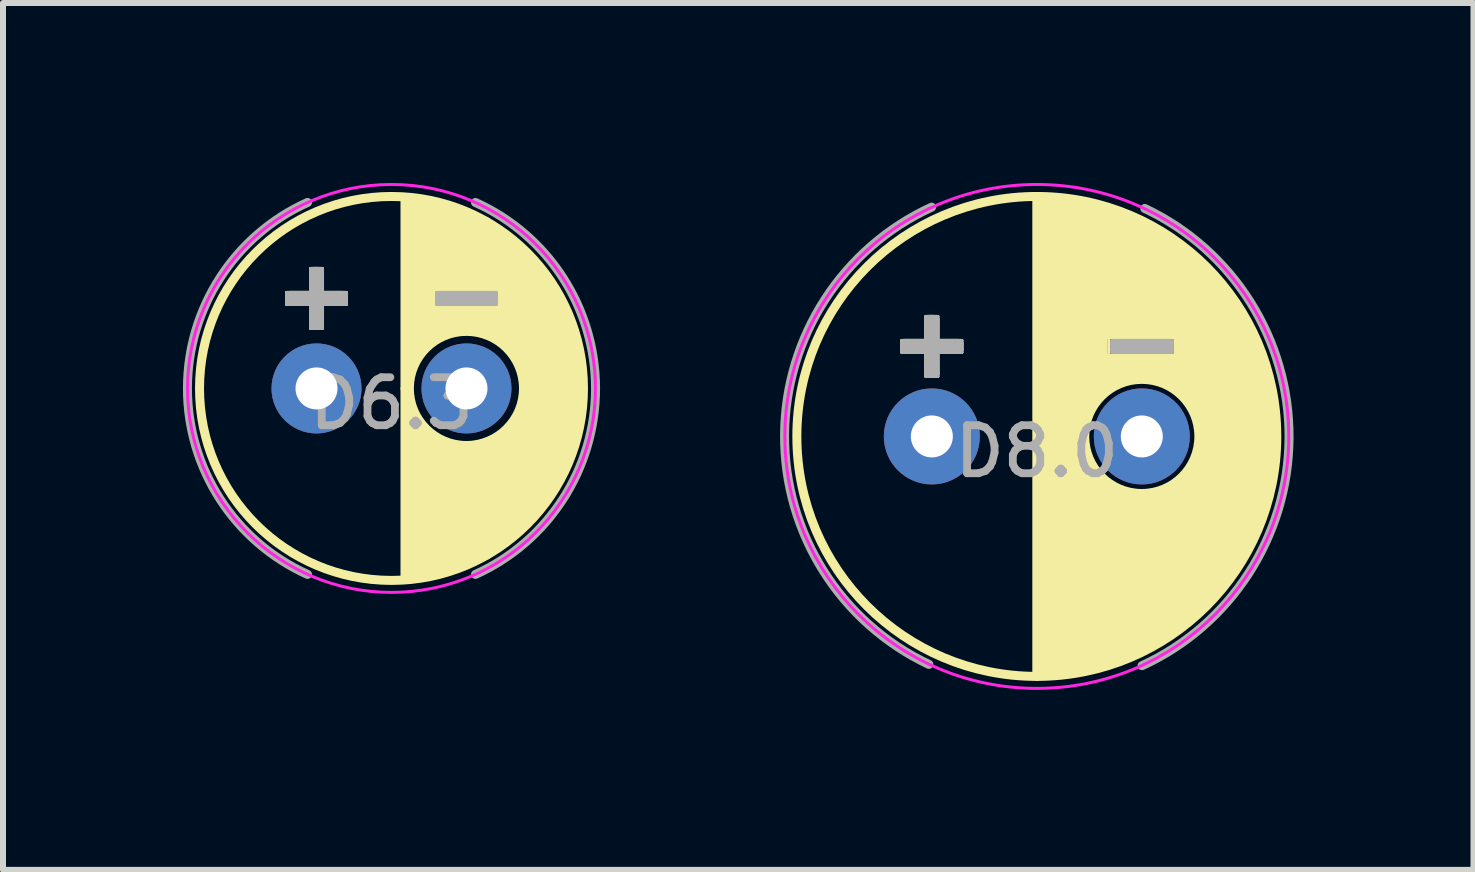
<source format=kicad_pcb>
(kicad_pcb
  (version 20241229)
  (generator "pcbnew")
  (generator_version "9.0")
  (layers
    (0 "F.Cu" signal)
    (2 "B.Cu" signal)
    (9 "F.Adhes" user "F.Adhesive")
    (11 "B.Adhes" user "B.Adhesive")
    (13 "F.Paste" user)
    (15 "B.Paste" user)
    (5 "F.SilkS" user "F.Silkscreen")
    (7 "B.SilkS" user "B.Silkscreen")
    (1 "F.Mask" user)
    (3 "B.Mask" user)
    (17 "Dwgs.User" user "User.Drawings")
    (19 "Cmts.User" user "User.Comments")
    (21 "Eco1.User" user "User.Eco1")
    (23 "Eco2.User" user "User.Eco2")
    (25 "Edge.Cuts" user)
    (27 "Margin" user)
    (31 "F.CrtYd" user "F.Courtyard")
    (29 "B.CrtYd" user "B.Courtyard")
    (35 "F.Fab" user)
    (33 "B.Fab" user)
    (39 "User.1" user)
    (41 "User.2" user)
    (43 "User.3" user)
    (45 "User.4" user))
  (footprint "D8.0"
    (layer "F.Cu")
    (at 14.233 4.225)
    (property "Reference" "D8.0" (at 0 0.25 0) (layer "F.Fab") (effects (font (size 0.8 0.8) (thickness 0.13))))
    (attr through_hole)
    (fp_line (start -2.25 -1.6) (end -2.25 -1.4) (stroke (width 0.05) (type solid)) (layer "F.SilkS"))
    (fp_line (start -2.25 -1.6) (end -1.85 -1.6) (stroke (width 0.05) (type solid)) (layer "F.SilkS"))
    (fp_line (start -2.2 -1.55) (end -2.2 -1.45) (stroke (width 0.15) (type solid)) (layer "F.SilkS"))
    (fp_line (start -2.2 -1.45) (end -1.3 -1.45) (stroke (width 0.15) (type solid)) (layer "F.SilkS"))
    (fp_line (start -1.85 -2) (end -1.65 -2) (stroke (width 0.05) (type solid)) (layer "F.SilkS"))
    (fp_line (start -1.85 -1.6) (end -1.85 -2) (stroke (width 0.05) (type solid)) (layer "F.SilkS"))
    (fp_line (start -1.85 -1.4) (end -2.25 -1.4) (stroke (width 0.05) (type solid)) (layer "F.SilkS"))
    (fp_line (start -1.85 -1) (end -1.85 -1.4) (stroke (width 0.05) (type solid)) (layer "F.SilkS"))
    (fp_line (start -1.8 -1.95) (end -1.7 -1.95) (stroke (width 0.15) (type solid)) (layer "F.SilkS"))
    (fp_line (start -1.8 -1.05) (end -1.8 -1.95) (stroke (width 0.15) (type solid)) (layer "F.SilkS"))
    (fp_line (start -1.7 -1.95) (end -1.7 -1.05) (stroke (width 0.15) (type solid)) (layer "F.SilkS"))
    (fp_line (start -1.7 -1.05) (end -1.8 -1.05) (stroke (width 0.15) (type solid)) (layer "F.SilkS"))
    (fp_line (start -1.65 -2) (end -1.65 -1.6) (stroke (width 0.05) (type solid)) (layer "F.SilkS"))
    (fp_line (start -1.65 -1.6) (end -1.25 -1.6) (stroke (width 0.05) (type solid)) (layer "F.SilkS"))
    (fp_line (start -1.65 -1.4) (end -1.65 -1) (stroke (width 0.05) (type solid)) (layer "F.SilkS"))
    (fp_line (start -1.65 -1) (end -1.85 -1) (stroke (width 0.05) (type solid)) (layer "F.SilkS"))
    (fp_line (start -1.3 -1.55) (end -2.2 -1.55) (stroke (width 0.15) (type solid)) (layer "F.SilkS"))
    (fp_line (start -1.3 -1.45) (end -1.3 -1.55) (stroke (width 0.15) (type solid)) (layer "F.SilkS"))
    (fp_line (start -1.25 -1.6) (end -1.25 -1.4) (stroke (width 0.05) (type solid)) (layer "F.SilkS"))
    (fp_line (start -1.25 -1.4) (end -1.65 -1.4) (stroke (width 0.05) (type solid)) (layer "F.SilkS"))
    (fp_line (start 0 -4) (end 0 4) (stroke (width 0.15) (type solid)) (layer "F.SilkS"))
    (fp_line (start 0.1 -3.9) (end 0.1 3.9) (stroke (width 0.15) (type solid)) (layer "F.SilkS"))
    (fp_line (start 0.3 -3.5) (end 0.3 3.6) (stroke (width 0.5) (type solid)) (layer "F.SilkS"))
    (fp_line (start 0.5 -0.5) (end 1.2 -1.15) (stroke (width 0.4) (type solid)) (layer "F.SilkS"))
    (fp_line (start 0.5 0.55) (end 1.05 1.25) (stroke (width 0.4) (type solid)) (layer "F.SilkS"))
    (fp_line (start 0.5 0.9) (end 0.95 1.85) (stroke (width 1) (type solid)) (layer "F.SilkS"))
    (fp_line (start 0.55 -1.9) (end 2.3 -1.9) (stroke (width 0.4) (type solid)) (layer "F.SilkS"))
    (fp_line (start 0.55 2.55) (end 2.15 1.55) (stroke (width 1) (type solid)) (layer "F.SilkS"))
    (fp_line (start 0.6 -3.1) (end 0.65 -1.05) (stroke (width 1) (type solid)) (layer "F.SilkS"))
    (fp_line (start 0.95 -2.65) (end 1.9 -2.25) (stroke (width 1) (type solid)) (layer "F.SilkS"))
    (fp_line (start 1.05 1.25) (end 1.8 1.35) (stroke (width 0.4) (type solid)) (layer "F.SilkS"))
    (fp_line (start 1.1 -1.7) (end 2.4 -1.7) (stroke (width 0.15) (type solid)) (layer "F.SilkS"))
    (fp_line (start 1.1 -1.3) (end 1.1 -1.7) (stroke (width 0.16) (type solid)) (layer "F.SilkS"))
    (fp_line (start 1.2 -1.65) (end 1.2 -1.35) (stroke (width 0.05) (type solid)) (layer "F.SilkS"))
    (fp_line (start 1.8 1.35) (end 2.55 1.1) (stroke (width 0.4) (type solid)) (layer "F.SilkS"))
    (fp_line (start 2 -1.15) (end 2.45 -1.15) (stroke (width 0.4) (type solid)) (layer "F.SilkS"))
    (fp_line (start 2.3 -1.65) (end 1.2 -1.65) (stroke (width 0.05) (type solid)) (layer "F.SilkS"))
    (fp_line (start 2.3 -1.35) (end 1.2 -1.35) (stroke (width 0.05) (type solid)) (layer "F.SilkS"))
    (fp_line (start 2.3 -1.35) (end 2.3 -1.65) (stroke (width 0.05) (type solid)) (layer "F.SilkS"))
    (fp_line (start 2.4 -1.7) (end 2.4 -1.3) (stroke (width 0.16) (type solid)) (layer "F.SilkS"))
    (fp_line (start 2.4 -1.3) (end 1.1 -1.3) (stroke (width 0.15) (type solid)) (layer "F.SilkS"))
    (fp_line (start 2.5 -1.6) (end 2.85 -0.6) (stroke (width 0.4) (type solid)) (layer "F.SilkS"))
    (fp_arc (start 0.1 -3.9) (mid 3.901151 0.03192) (end 0.036169 3.901114) (stroke (width 0.2) (type solid)) (layer "F.SilkS"))
    (fp_arc (start 0.3 -3.6) (mid 3.612448 -0.014902) (end 0.329691 3.597402) (stroke (width 0.5) (type solid)) (layer "F.SilkS"))
    (fp_arc (start 0.7 -3.15) (mid 3.22684 0.001622) (end 0.696832 3.150702) (stroke (width 0.5) (type solid)) (layer "F.SilkS"))
    (fp_arc (start 2.8 0.65) (mid 2.02028 2.232412) (end 0.35 2.8) (stroke (width 0.4) (type solid)) (layer "F.SilkS"))
    (fp_circle (center 0 0) (end 4 0) (stroke (width 0.15) (type solid)) (fill no) (layer "F.SilkS"))
    (fp_circle (center 1.75 0) (end 2.7 -0.05) (stroke (width 0.15) (type solid)) (fill no) (layer "F.SilkS"))
    (fp_circle (center 1.75 0) (end 2.901 0) (stroke (width 0.3) (type solid)) (fill no) (layer "F.SilkS"))
    (fp_circle (center 0 0) (end 4.2 0) (stroke (width 0.05) (type solid)) (fill no) (layer "F.CrtYd"))
    (fp_line (start -2.25 -1.6) (end -2.25 -1.4) (stroke (width 0.05) (type solid)) (layer "F.Fab"))
    (fp_line (start -2.25 -1.6) (end -1.85 -1.6) (stroke (width 0.05) (type solid)) (layer "F.Fab"))
    (fp_line (start -2.2 -1.55) (end -2.2 -1.45) (stroke (width 0.15) (type solid)) (layer "F.Fab"))
    (fp_line (start -2.2 -1.45) (end -1.3 -1.45) (stroke (width 0.15) (type solid)) (layer "F.Fab"))
    (fp_line (start -1.85 -2) (end -1.65 -2) (stroke (width 0.05) (type solid)) (layer "F.Fab"))
    (fp_line (start -1.85 -1.6) (end -1.85 -2) (stroke (width 0.05) (type solid)) (layer "F.Fab"))
    (fp_line (start -1.85 -1.4) (end -2.25 -1.4) (stroke (width 0.05) (type solid)) (layer "F.Fab"))
    (fp_line (start -1.85 -1) (end -1.85 -1.4) (stroke (width 0.05) (type solid)) (layer "F.Fab"))
    (fp_line (start -1.8 -1.95) (end -1.7 -1.95) (stroke (width 0.15) (type solid)) (layer "F.Fab"))
    (fp_line (start -1.8 -1.05) (end -1.8 -1.95) (stroke (width 0.15) (type solid)) (layer "F.Fab"))
    (fp_line (start -1.7 -1.95) (end -1.7 -1.05) (stroke (width 0.15) (type solid)) (layer "F.Fab"))
    (fp_line (start -1.7 -1.05) (end -1.8 -1.05) (stroke (width 0.15) (type solid)) (layer "F.Fab"))
    (fp_line (start -1.65 -2) (end -1.65 -1.6) (stroke (width 0.05) (type solid)) (layer "F.Fab"))
    (fp_line (start -1.65 -1.6) (end -1.25 -1.6) (stroke (width 0.05) (type solid)) (layer "F.Fab"))
    (fp_line (start -1.65 -1.4) (end -1.65 -1) (stroke (width 0.05) (type solid)) (layer "F.Fab"))
    (fp_line (start -1.65 -1) (end -1.85 -1) (stroke (width 0.05) (type solid)) (layer "F.Fab"))
    (fp_line (start -1.3 -1.55) (end -2.2 -1.55) (stroke (width 0.15) (type solid)) (layer "F.Fab"))
    (fp_line (start -1.3 -1.45) (end -1.3 -1.55) (stroke (width 0.15) (type solid)) (layer "F.Fab"))
    (fp_line (start -1.25 -1.6) (end -1.25 -1.4) (stroke (width 0.05) (type solid)) (layer "F.Fab"))
    (fp_line (start -1.25 -1.4) (end -1.65 -1.4) (stroke (width 0.05) (type solid)) (layer "F.Fab"))
    (fp_line (start 1.25 -1.6) (end 1.25 -1.4) (stroke (width 0.05) (type solid)) (layer "F.Fab"))
    (fp_line (start 1.25 -1.6) (end 2.25 -1.6) (stroke (width 0.05) (type solid)) (layer "F.Fab"))
    (fp_line (start 1.3 -1.55) (end 2.2 -1.55) (stroke (width 0.15) (type solid)) (layer "F.Fab"))
    (fp_line (start 1.3 -1.45) (end 1.3 -1.55) (stroke (width 0.15) (type solid)) (layer "F.Fab"))
    (fp_line (start 2.2 -1.55) (end 2.2 -1.45) (stroke (width 0.15) (type solid)) (layer "F.Fab"))
    (fp_line (start 2.2 -1.45) (end 1.3 -1.45) (stroke (width 0.15) (type solid)) (layer "F.Fab"))
    (fp_line (start 2.25 -1.6) (end 2.25 -1.4) (stroke (width 0.05) (type solid)) (layer "F.Fab"))
    (fp_line (start 2.25 -1.4) (end 1.25 -1.4) (stroke (width 0.05) (type solid)) (layer "F.Fab"))
    (fp_arc (start -1.8 3.8) (mid -4.204682 -0.025405) (end -1.753951 -3.821473) (stroke (width 0.15) (type solid)) (layer "F.Fab"))
    (fp_arc (start 1.8 -3.8) (mid 4.204682 0.025405) (end 1.753951 3.821473) (stroke (width 0.15) (type solid)) (layer "F.Fab"))
    (pad "1" thru_hole circle (at -1.75 0) (size 1.6 1.6) (drill 0.7) (layers "*.Cu" "*.Mask"))
    (pad "2" thru_hole circle (at 1.75 0) (size 1.6 1.6) (drill 0.7) (layers "*.Cu" "*.Mask")))
  (footprint "D6.3"
    (layer "F.Cu")
    (at 3.476 3.425)
    (property "Reference" "D6.3" (at 0 0.25 0) (layer "F.Fab") (effects (font (size 0.8 0.8) (thickness 0.13))))
    (attr through_hole)
    (fp_line (start -1.75 -1.6) (end -1.75 -1.4) (stroke (width 0.05) (type solid)) (layer "F.SilkS"))
    (fp_line (start -1.75 -1.6) (end -1.35 -1.6) (stroke (width 0.05) (type solid)) (layer "F.SilkS"))
    (fp_line (start -1.7 -1.55) (end -1.7 -1.45) (stroke (width 0.15) (type solid)) (layer "F.SilkS"))
    (fp_line (start -1.7 -1.45) (end -0.8 -1.45) (stroke (width 0.15) (type solid)) (layer "F.SilkS"))
    (fp_line (start -1.35 -2) (end -1.15 -2) (stroke (width 0.05) (type solid)) (layer "F.SilkS"))
    (fp_line (start -1.35 -1.6) (end -1.35 -2) (stroke (width 0.05) (type solid)) (layer "F.SilkS"))
    (fp_line (start -1.35 -1.4) (end -1.75 -1.4) (stroke (width 0.05) (type solid)) (layer "F.SilkS"))
    (fp_line (start -1.35 -1) (end -1.35 -1.4) (stroke (width 0.05) (type solid)) (layer "F.SilkS"))
    (fp_line (start -1.3 -1.95) (end -1.2 -1.95) (stroke (width 0.15) (type solid)) (layer "F.SilkS"))
    (fp_line (start -1.3 -1.05) (end -1.3 -1.95) (stroke (width 0.15) (type solid)) (layer "F.SilkS"))
    (fp_line (start -1.2 -1.95) (end -1.2 -1.05) (stroke (width 0.15) (type solid)) (layer "F.SilkS"))
    (fp_line (start -1.2 -1.05) (end -1.3 -1.05) (stroke (width 0.15) (type solid)) (layer "F.SilkS"))
    (fp_line (start -1.15 -2) (end -1.15 -1.6) (stroke (width 0.05) (type solid)) (layer "F.SilkS"))
    (fp_line (start -1.15 -1.6) (end -0.75 -1.6) (stroke (width 0.05) (type solid)) (layer "F.SilkS"))
    (fp_line (start -1.15 -1.4) (end -1.15 -1) (stroke (width 0.05) (type solid)) (layer "F.SilkS"))
    (fp_line (start -1.15 -1) (end -1.35 -1) (stroke (width 0.05) (type solid)) (layer "F.SilkS"))
    (fp_line (start -0.8 -1.55) (end -1.7 -1.55) (stroke (width 0.15) (type solid)) (layer "F.SilkS"))
    (fp_line (start -0.8 -1.45) (end -0.8 -1.55) (stroke (width 0.15) (type solid)) (layer "F.SilkS"))
    (fp_line (start -0.75 -1.6) (end -0.75 -1.4) (stroke (width 0.05) (type solid)) (layer "F.SilkS"))
    (fp_line (start -0.75 -1.4) (end -1.15 -1.4) (stroke (width 0.05) (type solid)) (layer "F.SilkS"))
    (fp_circle (center 0 0) (end 3.2 0) (stroke (width 0.15) (type solid)) (fill no) (layer "F.SilkS"))
    (fp_circle (center 1.249 0) (end 2.199 -0.05) (stroke (width 0.15) (type solid)) (fill no) (layer "F.SilkS"))
    (fp_poly (pts (xy 1.6 -2.8) (xy 2.4 -2) (xy 3 -1) (xy 3.2 0) (xy 2.2 0) (xy 2.2 -0.4) (xy 1.8 -0.8) (xy 1.2 -1) (xy 0.6 -0.8) (xy 0.2 0) (xy 0.2 -3.2)) (stroke (width 0.1) (type solid)) (fill yes) (layer "F.SilkS"))
    (fp_poly (pts (xy 1.6 2.8) (xy 2.4 2) (xy 3 1) (xy 3.2 0) (xy 2.2 0) (xy 2.2 0.4) (xy 1.8 0.8) (xy 1.2 1) (xy 0.6 0.8) (xy 0.2 0) (xy 0.2 3.2)) (stroke (width 0.1) (type solid)) (fill yes) (layer "F.SilkS"))
    (fp_circle (center 0 0) (end 3.4 0) (stroke (width 0.05) (type solid)) (fill no) (layer "F.CrtYd"))
    (fp_line (start -1.75 -1.6) (end -1.75 -1.4) (stroke (width 0.05) (type solid)) (layer "F.Fab"))
    (fp_line (start -1.75 -1.6) (end -1.35 -1.6) (stroke (width 0.05) (type solid)) (layer "F.Fab"))
    (fp_line (start -1.7 -1.55) (end -1.7 -1.45) (stroke (width 0.15) (type solid)) (layer "F.Fab"))
    (fp_line (start -1.7 -1.45) (end -0.8 -1.45) (stroke (width 0.15) (type solid)) (layer "F.Fab"))
    (fp_line (start -1.35 -2) (end -1.15 -2) (stroke (width 0.05) (type solid)) (layer "F.Fab"))
    (fp_line (start -1.35 -1.6) (end -1.35 -2) (stroke (width 0.05) (type solid)) (layer "F.Fab"))
    (fp_line (start -1.35 -1.4) (end -1.75 -1.4) (stroke (width 0.05) (type solid)) (layer "F.Fab"))
    (fp_line (start -1.35 -1) (end -1.35 -1.4) (stroke (width 0.05) (type solid)) (layer "F.Fab"))
    (fp_line (start -1.3 -1.95) (end -1.2 -1.95) (stroke (width 0.15) (type solid)) (layer "F.Fab"))
    (fp_line (start -1.3 -1.05) (end -1.3 -1.95) (stroke (width 0.15) (type solid)) (layer "F.Fab"))
    (fp_line (start -1.2 -1.95) (end -1.2 -1.05) (stroke (width 0.15) (type solid)) (layer "F.Fab"))
    (fp_line (start -1.2 -1.05) (end -1.3 -1.05) (stroke (width 0.15) (type solid)) (layer "F.Fab"))
    (fp_line (start -1.15 -2) (end -1.15 -1.6) (stroke (width 0.05) (type solid)) (layer "F.Fab"))
    (fp_line (start -1.15 -1.6) (end -0.75 -1.6) (stroke (width 0.05) (type solid)) (layer "F.Fab"))
    (fp_line (start -1.15 -1.4) (end -1.15 -1) (stroke (width 0.05) (type solid)) (layer "F.Fab"))
    (fp_line (start -1.15 -1) (end -1.35 -1) (stroke (width 0.05) (type solid)) (layer "F.Fab"))
    (fp_line (start -0.8 -1.55) (end -1.7 -1.55) (stroke (width 0.15) (type solid)) (layer "F.Fab"))
    (fp_line (start -0.8 -1.45) (end -0.8 -1.55) (stroke (width 0.15) (type solid)) (layer "F.Fab"))
    (fp_line (start -0.75 -1.6) (end -0.75 -1.4) (stroke (width 0.05) (type solid)) (layer "F.Fab"))
    (fp_line (start -0.75 -1.4) (end -1.15 -1.4) (stroke (width 0.05) (type solid)) (layer "F.Fab"))
    (fp_line (start 0.75 -1.6) (end 0.75 -1.4) (stroke (width 0.05) (type solid)) (layer "F.Fab"))
    (fp_line (start 0.75 -1.6) (end 1.75 -1.6) (stroke (width 0.05) (type solid)) (layer "F.Fab"))
    (fp_line (start 0.8 -1.55) (end 1.7 -1.55) (stroke (width 0.15) (type solid)) (layer "F.Fab"))
    (fp_line (start 0.8 -1.45) (end 0.8 -1.55) (stroke (width 0.15) (type solid)) (layer "F.Fab"))
    (fp_line (start 1.7 -1.55) (end 1.7 -1.45) (stroke (width 0.15) (type solid)) (layer "F.Fab"))
    (fp_line (start 1.7 -1.45) (end 0.8 -1.45) (stroke (width 0.15) (type solid)) (layer "F.Fab"))
    (fp_line (start 1.75 -1.6) (end 1.75 -1.4) (stroke (width 0.05) (type solid)) (layer "F.Fab"))
    (fp_line (start 1.75 -1.4) (end 0.75 -1.4) (stroke (width 0.05) (type solid)) (layer "F.Fab"))
    (fp_arc (start -1.4 3.1) (mid -3.40147 0) (end -1.4 -3.1) (stroke (width 0.15) (type solid)) (layer "F.Fab"))
    (fp_arc (start 1.4 -3.1) (mid 3.40147 0) (end 1.4 3.1) (stroke (width 0.15) (type solid)) (layer "F.Fab"))
    (pad "1" thru_hole circle (at -1.25 0) (size 1.5 1.5) (drill 0.7) (layers "*.Cu" "*.Mask"))
    (pad "2" thru_hole circle (at 1.25 0) (size 1.5 1.5) (drill 0.7) (layers "*.Cu" "*.Mask")))
  (gr_rect
    (start -3 -3)
    (end 21.512 11.45)
    (stroke (width 0.1) (type default))
    (fill no)
    (layer "Edge.Cuts")))
</source>
